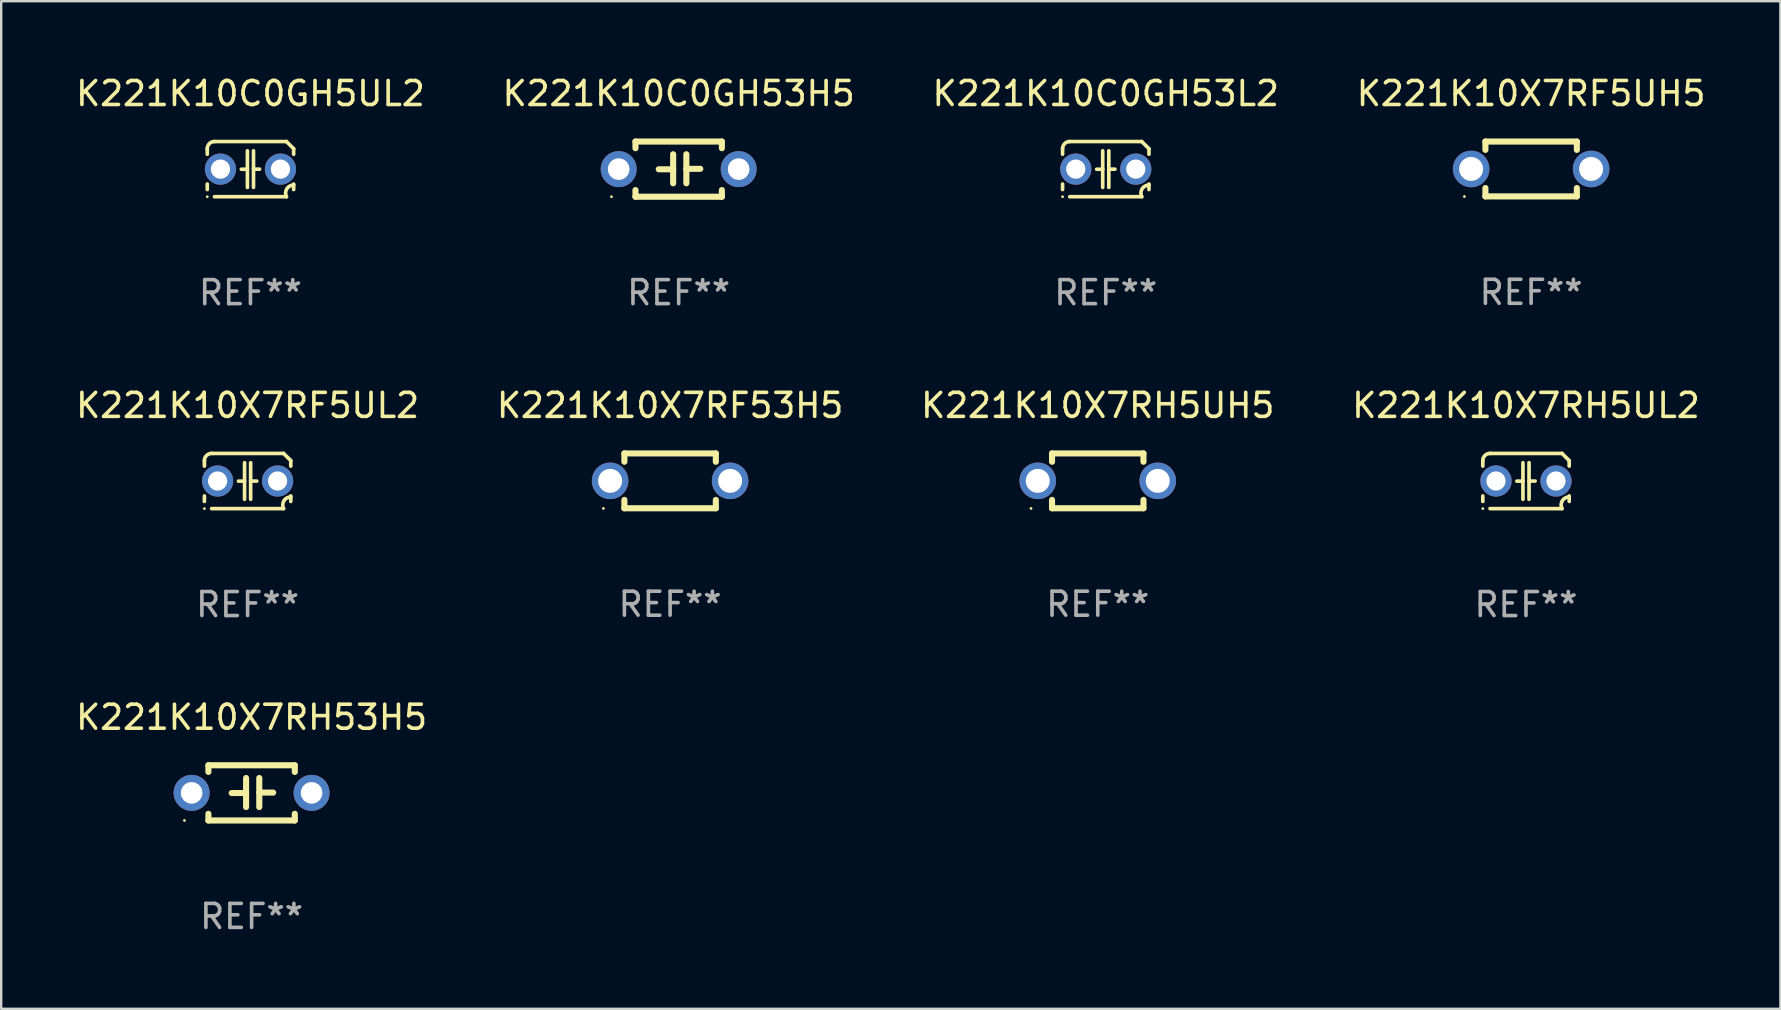
<source format=kicad_pcb>
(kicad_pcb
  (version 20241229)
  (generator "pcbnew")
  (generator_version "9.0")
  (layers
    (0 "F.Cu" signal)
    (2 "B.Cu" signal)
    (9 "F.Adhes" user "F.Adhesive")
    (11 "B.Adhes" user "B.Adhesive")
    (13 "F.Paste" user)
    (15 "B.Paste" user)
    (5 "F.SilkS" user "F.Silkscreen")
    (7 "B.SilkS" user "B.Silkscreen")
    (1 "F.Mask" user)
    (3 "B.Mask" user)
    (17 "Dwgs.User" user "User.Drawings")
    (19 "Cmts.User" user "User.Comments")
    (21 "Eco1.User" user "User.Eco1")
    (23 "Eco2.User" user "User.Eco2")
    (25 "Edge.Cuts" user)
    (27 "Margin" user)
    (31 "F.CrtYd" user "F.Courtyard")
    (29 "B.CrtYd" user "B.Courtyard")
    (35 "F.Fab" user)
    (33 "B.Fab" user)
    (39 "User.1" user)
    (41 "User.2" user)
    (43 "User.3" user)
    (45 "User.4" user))
  (footprint "K221K10X7RH5UH5"
    (layer "F.Cu")
    (at 42.696 16.988)
    (property "Reference" "K221K10X7RH5UH5" (at 0 -3.143 0) (layer "F.SilkS") (effects (font (size 1 1) (thickness 0.15))))
    (attr through_hole)
    (fp_line (start -1.905 -1.143) (end 1.905 -1.143) (stroke (width 0.254) (type solid)) (layer "F.SilkS"))
    (fp_line (start -1.905 -0.795) (end -1.905 -1.143) (stroke (width 0.254) (type solid)) (layer "F.SilkS"))
    (fp_line (start -1.905 1.143) (end -1.905 0.795) (stroke (width 0.254) (type solid)) (layer "F.SilkS"))
    (fp_line (start 1.905 -1.143) (end 1.905 -0.795) (stroke (width 0.254) (type solid)) (layer "F.SilkS"))
    (fp_line (start 1.905 0.795) (end 1.905 1.143) (stroke (width 0.254) (type solid)) (layer "F.SilkS"))
    (fp_line (start 1.905 1.143) (end -1.905 1.143) (stroke (width 0.254) (type solid)) (layer "F.SilkS"))
    (fp_circle (center -2.781 1.15) (end -2.751 1.15) (stroke (width 0.06) (type solid)) (fill no) (layer "F.SilkS"))
    (fp_text user "REF**" (at 0 5.143 0) (layer "F.Fab") (effects (font (size 1 1) (thickness 0.15))))
    (pad "1" thru_hole circle (at -2.5 0) (size 1.524 1.524) (drill 1) (layers "*.Cu" "*.Mask"))
    (pad "2" thru_hole circle (at 2.5 0) (size 1.524 1.524) (drill 1) (layers "*.Cu" "*.Mask")))
  (footprint "K221K10C0GH53H5"
    (layer "F.Cu")
    (at 25.232 3.998)
    (property "Reference" "K221K10C0GH53H5" (at 0 -3.15 0) (layer "F.SilkS") (effects (font (size 1 1) (thickness 0.15))))
    (attr through_hole)
    (fp_line (start -1.8 -1.15) (end -1.8 -0.872) (stroke (width 0.254) (type solid)) (layer "F.SilkS"))
    (fp_line (start -1.8 -1.15) (end 1.8 -1.15) (stroke (width 0.254) (type solid)) (layer "F.SilkS"))
    (fp_line (start -1.8 0.872) (end -1.8 1.15) (stroke (width 0.254) (type solid)) (layer "F.SilkS"))
    (fp_line (start -1.8 1.15) (end 1.8 1.15) (stroke (width 0.254) (type solid)) (layer "F.SilkS"))
    (fp_line (start -0.23 -0.62) (end -0.23 0.59) (stroke (width 0.254) (type solid)) (layer "F.SilkS"))
    (fp_line (start -0.23 0.007) (end -0.83 0.007) (stroke (width 0.254) (type solid)) (layer "F.SilkS"))
    (fp_line (start 0.32 -0.62) (end 0.32 0.59) (stroke (width 0.254) (type solid)) (layer "F.SilkS"))
    (fp_line (start 0.32 -0.012) (end 0.9 -0.012) (stroke (width 0.254) (type solid)) (layer "F.SilkS"))
    (fp_line (start 1.8 -1.15) (end 1.8 -0.872) (stroke (width 0.254) (type solid)) (layer "F.SilkS"))
    (fp_line (start 1.8 0.872) (end 1.8 1.15) (stroke (width 0.254) (type solid)) (layer "F.SilkS"))
    (fp_circle (center -2.8 1.15) (end -2.77 1.15) (stroke (width 0.06) (type solid)) (fill no) (layer "F.SilkS"))
    (fp_text user "REF**" (at 0 5.15 0) (layer "F.Fab") (effects (font (size 1 1) (thickness 0.15))))
    (pad "1" thru_hole circle (at -2.5 0) (size 1.5 1.5) (drill 0.9) (layers "*.Cu" "*.Mask"))
    (pad "2" thru_hole circle (at 2.5 0) (size 1.5 1.5) (drill 0.9) (layers "*.Cu" "*.Mask")))
  (footprint "K221K10X7RF5UL2"
    (layer "F.Cu")
    (at 7.268 16.995)
    (property "Reference" "K221K10X7RF5UL2" (at 0 -3.15 0) (layer "F.SilkS") (effects (font (size 1 1) (thickness 0.15))))
    (attr through_hole)
    (fp_line (start -1.8 -0.621) (end -1.8 -0.85) (stroke (width 0.152) (type solid)) (layer "F.SilkS"))
    (fp_line (start -1.8 0.85) (end -1.8 0.621) (stroke (width 0.152) (type solid)) (layer "F.SilkS"))
    (fp_line (start -1.5 -1.15) (end 1.5 -1.15) (stroke (width 0.152) (type solid)) (layer "F.SilkS"))
    (fp_line (start -0.127 -0.762) (end -0.127 0.762) (stroke (width 0.152) (type solid)) (layer "F.SilkS"))
    (fp_line (start -0.127 0.005) (end -0.381 0.005) (stroke (width 0.152) (type solid)) (layer "F.SilkS"))
    (fp_line (start 0.127 -0.762) (end 0.127 0.762) (stroke (width 0.152) (type solid)) (layer "F.SilkS"))
    (fp_line (start 0.127 0.002) (end 0.381 0.002) (stroke (width 0.152) (type solid)) (layer "F.SilkS"))
    (fp_line (start 1.5 1.15) (end -1.5 1.15) (stroke (width 0.152) (type solid)) (layer "F.SilkS"))
    (fp_line (start 1.8 -0.85) (end 1.8 -0.621) (stroke (width 0.152) (type solid)) (layer "F.SilkS"))
    (fp_line (start 1.8 0.621) (end 1.8 0.85) (stroke (width 0.152) (type solid)) (layer "F.SilkS"))
    (fp_arc (start -1.799975 -0.849987) (mid -1.712107 -1.062119) (end -1.499975 -1.149987) (stroke (width 0.151994) (type solid)) (layer "F.SilkS"))
    (fp_arc (start 1.499975 1.149987) (mid 1.513726 0.822359) (end 1.799975 0.662387) (stroke (width 0.151994) (type solid)) (layer "F.SilkS"))
    (fp_arc (start 1.500001 -1.149986) (mid 1.650015 -1.000001) (end 1.8 -0.849987) (stroke (width 0.151994) (type solid)) (layer "F.SilkS"))
    (fp_circle (center -1.8 1.15) (end -1.77 1.15) (stroke (width 0.06) (type solid)) (fill no) (layer "F.SilkS"))
    (fp_text user "REF**" (at 0 5.15 0) (layer "F.Fab") (effects (font (size 1 1) (thickness 0.15))))
    (pad "1" thru_hole circle (at -1.25 0) (size 1.3 1.3) (drill 0.8) (layers "*.Cu" "*.Mask"))
    (pad "2" thru_hole circle (at 1.25 0) (size 1.3 1.3) (drill 0.8) (layers "*.Cu" "*.Mask")))
  (footprint "K221K10X7RF5UH5"
    (layer "F.Cu")
    (at 60.756 3.991)
    (property "Reference" "K221K10X7RF5UH5" (at 0 -3.143 0) (layer "F.SilkS") (effects (font (size 1 1) (thickness 0.15))))
    (attr through_hole)
    (fp_line (start -1.905 -1.143) (end 1.905 -1.143) (stroke (width 0.254) (type solid)) (layer "F.SilkS"))
    (fp_line (start -1.905 -0.795) (end -1.905 -1.143) (stroke (width 0.254) (type solid)) (layer "F.SilkS"))
    (fp_line (start -1.905 1.143) (end -1.905 0.795) (stroke (width 0.254) (type solid)) (layer "F.SilkS"))
    (fp_line (start 1.905 -1.143) (end 1.905 -0.795) (stroke (width 0.254) (type solid)) (layer "F.SilkS"))
    (fp_line (start 1.905 0.795) (end 1.905 1.143) (stroke (width 0.254) (type solid)) (layer "F.SilkS"))
    (fp_line (start 1.905 1.143) (end -1.905 1.143) (stroke (width 0.254) (type solid)) (layer "F.SilkS"))
    (fp_circle (center -2.781 1.15) (end -2.751 1.15) (stroke (width 0.06) (type solid)) (fill no) (layer "F.SilkS"))
    (fp_text user "REF**" (at 0 5.143 0) (layer "F.Fab") (effects (font (size 1 1) (thickness 0.15))))
    (pad "1" thru_hole circle (at -2.5 0) (size 1.524 1.524) (drill 1) (layers "*.Cu" "*.Mask"))
    (pad "2" thru_hole circle (at 2.5 0) (size 1.524 1.524) (drill 1) (layers "*.Cu" "*.Mask")))
  (footprint "K221K10C0GH5UL2"
    (layer "F.Cu")
    (at 7.387 3.998)
    (property "Reference" "K221K10C0GH5UL2" (at 0 -3.15 0) (layer "F.SilkS") (effects (font (size 1 1) (thickness 0.15))))
    (attr through_hole)
    (fp_line (start -1.8 -0.621) (end -1.8 -0.85) (stroke (width 0.152) (type solid)) (layer "F.SilkS"))
    (fp_line (start -1.8 0.85) (end -1.8 0.621) (stroke (width 0.152) (type solid)) (layer "F.SilkS"))
    (fp_line (start -1.5 -1.15) (end 1.5 -1.15) (stroke (width 0.152) (type solid)) (layer "F.SilkS"))
    (fp_line (start -0.127 -0.762) (end -0.127 0.762) (stroke (width 0.152) (type solid)) (layer "F.SilkS"))
    (fp_line (start -0.127 0.005) (end -0.381 0.005) (stroke (width 0.152) (type solid)) (layer "F.SilkS"))
    (fp_line (start 0.127 -0.762) (end 0.127 0.762) (stroke (width 0.152) (type solid)) (layer "F.SilkS"))
    (fp_line (start 0.127 0.002) (end 0.381 0.002) (stroke (width 0.152) (type solid)) (layer "F.SilkS"))
    (fp_line (start 1.5 1.15) (end -1.5 1.15) (stroke (width 0.152) (type solid)) (layer "F.SilkS"))
    (fp_line (start 1.8 -0.85) (end 1.8 -0.621) (stroke (width 0.152) (type solid)) (layer "F.SilkS"))
    (fp_line (start 1.8 0.621) (end 1.8 0.85) (stroke (width 0.152) (type solid)) (layer "F.SilkS"))
    (fp_arc (start -1.799975 -0.849987) (mid -1.712107 -1.062119) (end -1.499975 -1.149987) (stroke (width 0.151994) (type solid)) (layer "F.SilkS"))
    (fp_arc (start 1.499975 1.149987) (mid 1.513726 0.822359) (end 1.799975 0.662387) (stroke (width 0.151994) (type solid)) (layer "F.SilkS"))
    (fp_arc (start 1.500001 -1.149986) (mid 1.650015 -1.000001) (end 1.8 -0.849987) (stroke (width 0.151994) (type solid)) (layer "F.SilkS"))
    (fp_circle (center -1.8 1.15) (end -1.77 1.15) (stroke (width 0.06) (type solid)) (fill no) (layer "F.SilkS"))
    (fp_text user "REF**" (at 0 5.15 0) (layer "F.Fab") (effects (font (size 1 1) (thickness 0.15))))
    (pad "1" thru_hole circle (at -1.25 0) (size 1.3 1.3) (drill 0.8) (layers "*.Cu" "*.Mask"))
    (pad "2" thru_hole circle (at 1.25 0) (size 1.3 1.3) (drill 0.8) (layers "*.Cu" "*.Mask")))
  (footprint "K221K10X7RF53H5"
    (layer "F.Cu")
    (at 24.875 16.988)
    (property "Reference" "K221K10X7RF53H5" (at 0 -3.143 0) (layer "F.SilkS") (effects (font (size 1 1) (thickness 0.15))))
    (attr through_hole)
    (fp_line (start -1.905 -1.143) (end 1.905 -1.143) (stroke (width 0.254) (type solid)) (layer "F.SilkS"))
    (fp_line (start -1.905 -0.795) (end -1.905 -1.143) (stroke (width 0.254) (type solid)) (layer "F.SilkS"))
    (fp_line (start -1.905 1.143) (end -1.905 0.795) (stroke (width 0.254) (type solid)) (layer "F.SilkS"))
    (fp_line (start 1.905 -1.143) (end 1.905 -0.795) (stroke (width 0.254) (type solid)) (layer "F.SilkS"))
    (fp_line (start 1.905 0.795) (end 1.905 1.143) (stroke (width 0.254) (type solid)) (layer "F.SilkS"))
    (fp_line (start 1.905 1.143) (end -1.905 1.143) (stroke (width 0.254) (type solid)) (layer "F.SilkS"))
    (fp_circle (center -2.781 1.15) (end -2.751 1.15) (stroke (width 0.06) (type solid)) (fill no) (layer "F.SilkS"))
    (fp_text user "REF**" (at 0 5.143 0) (layer "F.Fab") (effects (font (size 1 1) (thickness 0.15))))
    (pad "1" thru_hole circle (at -2.5 0) (size 1.524 1.524) (drill 1) (layers "*.Cu" "*.Mask"))
    (pad "2" thru_hole circle (at 2.5 0) (size 1.524 1.524) (drill 1) (layers "*.Cu" "*.Mask")))
  (footprint "K221K10X7RH5UL2"
    (layer "F.Cu")
    (at 60.542 16.995)
    (property "Reference" "K221K10X7RH5UL2" (at 0 -3.15 0) (layer "F.SilkS") (effects (font (size 1 1) (thickness 0.15))))
    (attr through_hole)
    (fp_line (start -1.8 -0.621) (end -1.8 -0.85) (stroke (width 0.152) (type solid)) (layer "F.SilkS"))
    (fp_line (start -1.8 0.85) (end -1.8 0.621) (stroke (width 0.152) (type solid)) (layer "F.SilkS"))
    (fp_line (start -1.5 -1.15) (end 1.5 -1.15) (stroke (width 0.152) (type solid)) (layer "F.SilkS"))
    (fp_line (start -0.127 -0.762) (end -0.127 0.762) (stroke (width 0.152) (type solid)) (layer "F.SilkS"))
    (fp_line (start -0.127 0.005) (end -0.381 0.005) (stroke (width 0.152) (type solid)) (layer "F.SilkS"))
    (fp_line (start 0.127 -0.762) (end 0.127 0.762) (stroke (width 0.152) (type solid)) (layer "F.SilkS"))
    (fp_line (start 0.127 0.002) (end 0.381 0.002) (stroke (width 0.152) (type solid)) (layer "F.SilkS"))
    (fp_line (start 1.5 1.15) (end -1.5 1.15) (stroke (width 0.152) (type solid)) (layer "F.SilkS"))
    (fp_line (start 1.8 -0.85) (end 1.8 -0.621) (stroke (width 0.152) (type solid)) (layer "F.SilkS"))
    (fp_line (start 1.8 0.621) (end 1.8 0.85) (stroke (width 0.152) (type solid)) (layer "F.SilkS"))
    (fp_arc (start -1.799975 -0.849987) (mid -1.712107 -1.062119) (end -1.499975 -1.149987) (stroke (width 0.151994) (type solid)) (layer "F.SilkS"))
    (fp_arc (start 1.499975 1.149987) (mid 1.513726 0.822359) (end 1.799975 0.662387) (stroke (width 0.151994) (type solid)) (layer "F.SilkS"))
    (fp_arc (start 1.500001 -1.149986) (mid 1.650015 -1.000001) (end 1.8 -0.849987) (stroke (width 0.151994) (type solid)) (layer "F.SilkS"))
    (fp_circle (center -1.8 1.15) (end -1.77 1.15) (stroke (width 0.06) (type solid)) (fill no) (layer "F.SilkS"))
    (fp_text user "REF**" (at 0 5.15 0) (layer "F.Fab") (effects (font (size 1 1) (thickness 0.15))))
    (pad "1" thru_hole circle (at -1.25 0) (size 1.3 1.3) (drill 0.8) (layers "*.Cu" "*.Mask"))
    (pad "2" thru_hole circle (at 1.25 0) (size 1.3 1.3) (drill 0.8) (layers "*.Cu" "*.Mask")))
  (footprint "K221K10X7RH53H5"
    (layer "F.Cu")
    (at 7.435 29.991)
    (property "Reference" "K221K10X7RH53H5" (at 0 -3.15 0) (layer "F.SilkS") (effects (font (size 1 1) (thickness 0.15))))
    (attr through_hole)
    (fp_line (start -1.8 -1.15) (end -1.8 -0.872) (stroke (width 0.254) (type solid)) (layer "F.SilkS"))
    (fp_line (start -1.8 -1.15) (end 1.8 -1.15) (stroke (width 0.254) (type solid)) (layer "F.SilkS"))
    (fp_line (start -1.8 0.872) (end -1.8 1.15) (stroke (width 0.254) (type solid)) (layer "F.SilkS"))
    (fp_line (start -1.8 1.15) (end 1.8 1.15) (stroke (width 0.254) (type solid)) (layer "F.SilkS"))
    (fp_line (start -0.23 -0.62) (end -0.23 0.59) (stroke (width 0.254) (type solid)) (layer "F.SilkS"))
    (fp_line (start -0.23 0.007) (end -0.83 0.007) (stroke (width 0.254) (type solid)) (layer "F.SilkS"))
    (fp_line (start 0.32 -0.62) (end 0.32 0.59) (stroke (width 0.254) (type solid)) (layer "F.SilkS"))
    (fp_line (start 0.32 -0.012) (end 0.9 -0.012) (stroke (width 0.254) (type solid)) (layer "F.SilkS"))
    (fp_line (start 1.8 -1.15) (end 1.8 -0.872) (stroke (width 0.254) (type solid)) (layer "F.SilkS"))
    (fp_line (start 1.8 0.872) (end 1.8 1.15) (stroke (width 0.254) (type solid)) (layer "F.SilkS"))
    (fp_circle (center -2.8 1.15) (end -2.77 1.15) (stroke (width 0.06) (type solid)) (fill no) (layer "F.SilkS"))
    (fp_text user "REF**" (at 0 5.15 0) (layer "F.Fab") (effects (font (size 1 1) (thickness 0.15))))
    (pad "1" thru_hole circle (at -2.5 0) (size 1.5 1.5) (drill 0.9) (layers "*.Cu" "*.Mask"))
    (pad "2" thru_hole circle (at 2.5 0) (size 1.5 1.5) (drill 0.9) (layers "*.Cu" "*.Mask")))
  (footprint "K221K10C0GH53L2"
    (layer "F.Cu")
    (at 43.03 3.998)
    (property "Reference" "K221K10C0GH53L2" (at 0 -3.15 0) (layer "F.SilkS") (effects (font (size 1 1) (thickness 0.15))))
    (attr through_hole)
    (fp_line (start -1.8 -0.621) (end -1.8 -0.85) (stroke (width 0.152) (type solid)) (layer "F.SilkS"))
    (fp_line (start -1.8 0.85) (end -1.8 0.621) (stroke (width 0.152) (type solid)) (layer "F.SilkS"))
    (fp_line (start -1.5 -1.15) (end 1.5 -1.15) (stroke (width 0.152) (type solid)) (layer "F.SilkS"))
    (fp_line (start -0.127 -0.762) (end -0.127 0.762) (stroke (width 0.152) (type solid)) (layer "F.SilkS"))
    (fp_line (start -0.127 0.005) (end -0.381 0.005) (stroke (width 0.152) (type solid)) (layer "F.SilkS"))
    (fp_line (start 0.127 -0.762) (end 0.127 0.762) (stroke (width 0.152) (type solid)) (layer "F.SilkS"))
    (fp_line (start 0.127 0.002) (end 0.381 0.002) (stroke (width 0.152) (type solid)) (layer "F.SilkS"))
    (fp_line (start 1.5 1.15) (end -1.5 1.15) (stroke (width 0.152) (type solid)) (layer "F.SilkS"))
    (fp_line (start 1.8 -0.85) (end 1.8 -0.621) (stroke (width 0.152) (type solid)) (layer "F.SilkS"))
    (fp_line (start 1.8 0.621) (end 1.8 0.85) (stroke (width 0.152) (type solid)) (layer "F.SilkS"))
    (fp_arc (start -1.799975 -0.849987) (mid -1.712107 -1.062119) (end -1.499975 -1.149987) (stroke (width 0.151994) (type solid)) (layer "F.SilkS"))
    (fp_arc (start 1.499975 1.149987) (mid 1.513726 0.822359) (end 1.799975 0.662387) (stroke (width 0.151994) (type solid)) (layer "F.SilkS"))
    (fp_arc (start 1.500001 -1.149986) (mid 1.650015 -1.000001) (end 1.8 -0.849987) (stroke (width 0.151994) (type solid)) (layer "F.SilkS"))
    (fp_circle (center -1.8 1.15) (end -1.77 1.15) (stroke (width 0.06) (type solid)) (fill no) (layer "F.SilkS"))
    (fp_text user "REF**" (at 0 5.15 0) (layer "F.Fab") (effects (font (size 1 1) (thickness 0.15))))
    (pad "1" thru_hole circle (at -1.25 0) (size 1.3 1.3) (drill 0.8) (layers "*.Cu" "*.Mask"))
    (pad "2" thru_hole circle (at 1.25 0) (size 1.3 1.3) (drill 0.8) (layers "*.Cu" "*.Mask")))
  (gr_rect
    (start -3 -3)
    (end 71.143 38.99)
    (stroke (width 0.1) (type default))
    (fill no)
    (layer "Edge.Cuts")))
</source>
